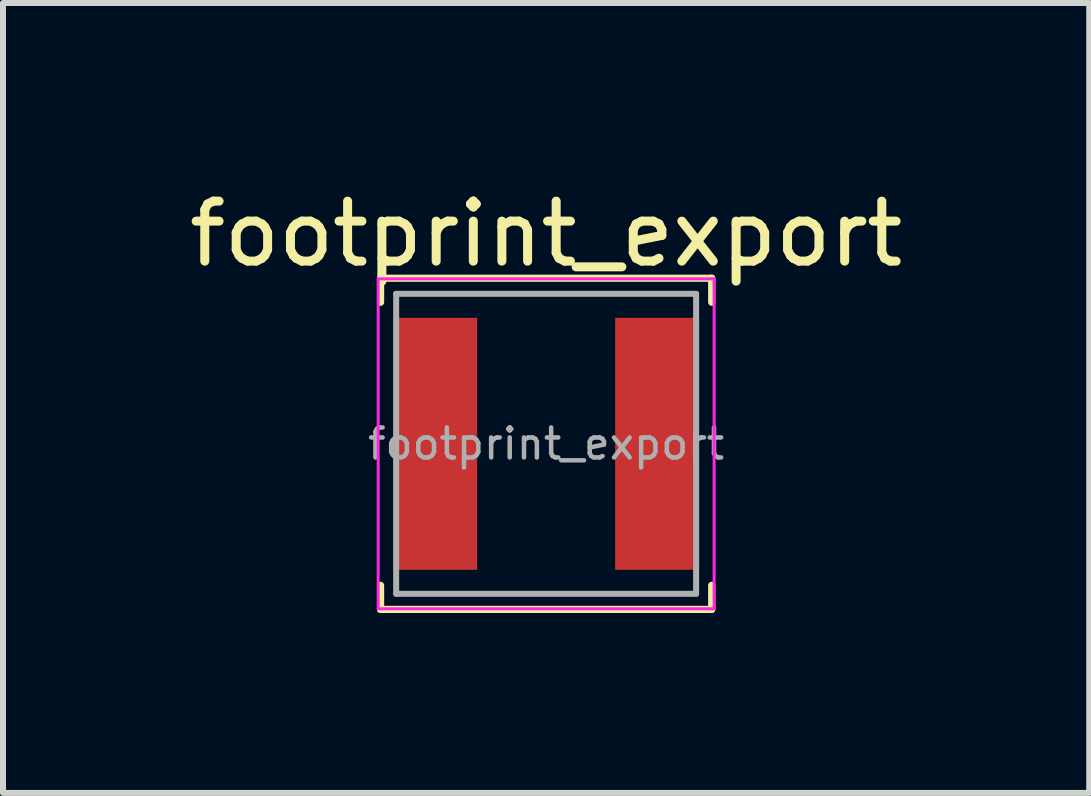
<source format=kicad_pcb>
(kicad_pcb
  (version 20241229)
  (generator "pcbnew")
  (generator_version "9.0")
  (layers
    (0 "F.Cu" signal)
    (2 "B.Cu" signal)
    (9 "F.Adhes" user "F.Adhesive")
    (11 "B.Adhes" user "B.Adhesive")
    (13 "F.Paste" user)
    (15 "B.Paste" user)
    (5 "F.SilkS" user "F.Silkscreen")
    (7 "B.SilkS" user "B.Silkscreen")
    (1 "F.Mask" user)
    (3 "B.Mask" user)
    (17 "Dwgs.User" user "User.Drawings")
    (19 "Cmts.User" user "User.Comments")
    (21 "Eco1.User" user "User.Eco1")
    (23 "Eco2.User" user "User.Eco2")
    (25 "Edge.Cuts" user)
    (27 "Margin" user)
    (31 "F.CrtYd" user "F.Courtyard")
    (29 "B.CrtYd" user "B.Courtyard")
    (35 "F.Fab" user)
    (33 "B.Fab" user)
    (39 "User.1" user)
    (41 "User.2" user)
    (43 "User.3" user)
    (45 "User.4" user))
  (footprint "footprint_export"
    (layer "F.Cu")
    (at 6.054 4.348)
    (property "Reference" "footprint_export" (at 0 -3.5 0) (layer "F.SilkS") (effects (font (size 1 1) (thickness 0.15))))
    (attr smd)
    (fp_line (start -2.76 -2.76) (end -2.76 -2.36) (stroke (width 0.12) (type solid)) (layer "F.SilkS"))
    (fp_line (start -2.76 -2.76) (end 2.76 -2.76) (stroke (width 0.12) (type solid)) (layer "F.SilkS"))
    (fp_line (start -2.76 2.76) (end -2.76 2.36) (stroke (width 0.12) (type solid)) (layer "F.SilkS"))
    (fp_line (start -2.76 2.76) (end 2.76 2.76) (stroke (width 0.12) (type solid)) (layer "F.SilkS"))
    (fp_line (start 2.76 -2.76) (end 2.76 -2.36) (stroke (width 0.12) (type solid)) (layer "F.SilkS"))
    (fp_line (start 2.76 2.76) (end 2.76 2.36) (stroke (width 0.12) (type solid)) (layer "F.SilkS"))
    (fp_line (start -2.8 -2.75) (end -2.8 2.75) (stroke (width 0.05) (type solid)) (layer "F.CrtYd"))
    (fp_line (start -2.8 2.75) (end 2.8 2.75) (stroke (width 0.05) (type solid)) (layer "F.CrtYd"))
    (fp_line (start 2.8 -2.75) (end -2.8 -2.75) (stroke (width 0.05) (type solid)) (layer "F.CrtYd"))
    (fp_line (start 2.8 2.75) (end 2.8 -2.75) (stroke (width 0.05) (type solid)) (layer "F.CrtYd"))
    (fp_line (start -2.5 -2.5) (end -2.5 2.5) (stroke (width 0.1) (type solid)) (layer "F.Fab"))
    (fp_line (start -2.5 2.5) (end 2.5 2.5) (stroke (width 0.1) (type solid)) (layer "F.Fab"))
    (fp_line (start 2.5 -2.5) (end -2.5 -2.5) (stroke (width 0.1) (type solid)) (layer "F.Fab"))
    (fp_line (start 2.5 2.5) (end 2.5 -2.5) (stroke (width 0.1) (type solid)) (layer "F.Fab"))
    (fp_text user "${REFERENCE}" (at 0 0 0) (layer "F.Fab") (effects (font (size 0.5 0.5) (thickness 0.075))))
    (pad "1" smd rect (at -1.85 0) (size 1.4 4.2) (layers "F.Cu" "F.Mask" "F.Paste"))
    (pad "2" smd rect (at 1.85 0) (size 1.4 4.2) (layers "F.Cu" "F.Mask" "F.Paste")))
  (gr_rect
    (start -3 -3)
    (end 15.107 10.168)
    (stroke (width 0.1) (type default))
    (fill no)
    (layer "Edge.Cuts")))
</source>
